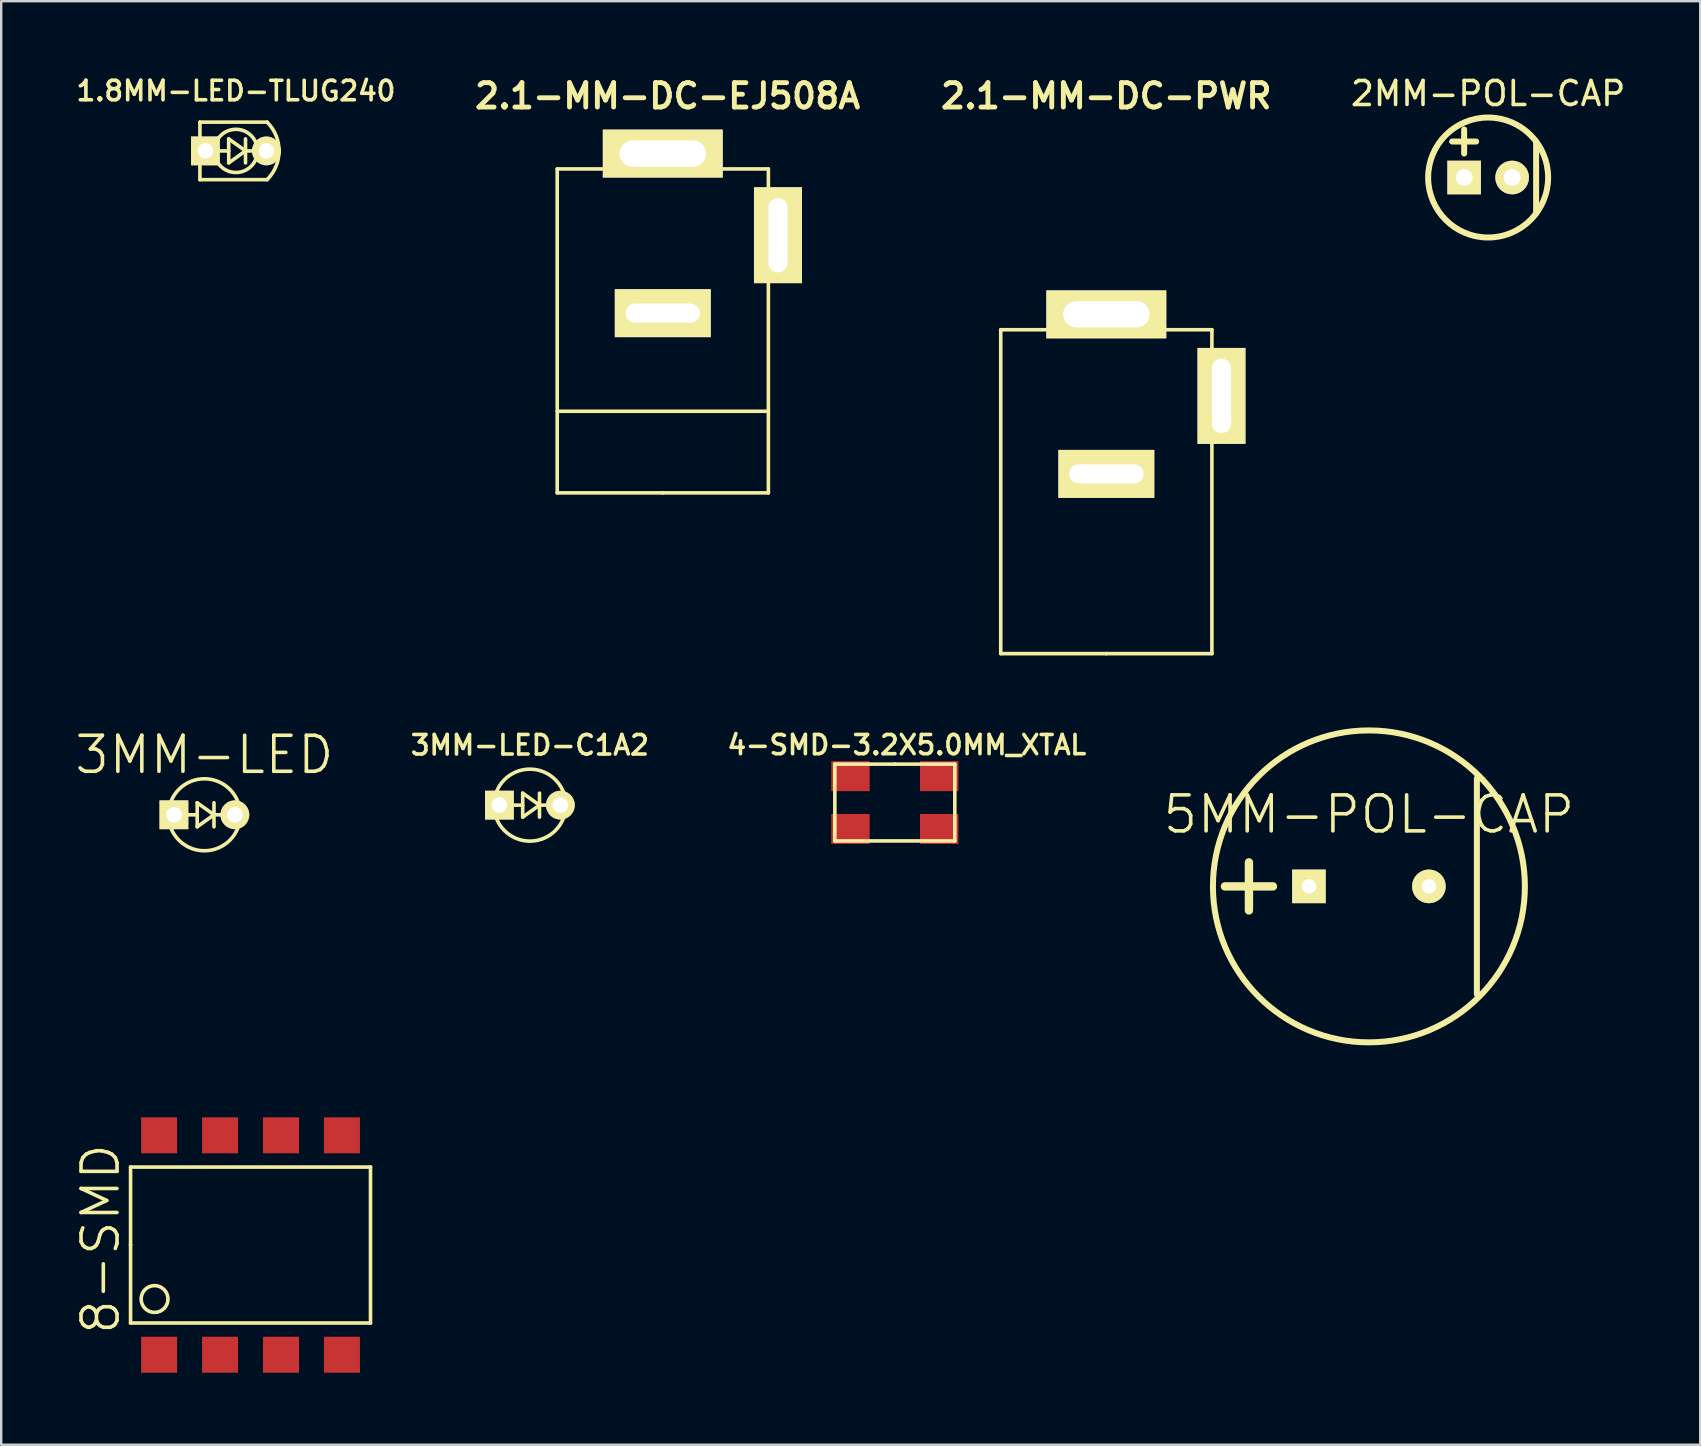
<source format=kicad_pcb>
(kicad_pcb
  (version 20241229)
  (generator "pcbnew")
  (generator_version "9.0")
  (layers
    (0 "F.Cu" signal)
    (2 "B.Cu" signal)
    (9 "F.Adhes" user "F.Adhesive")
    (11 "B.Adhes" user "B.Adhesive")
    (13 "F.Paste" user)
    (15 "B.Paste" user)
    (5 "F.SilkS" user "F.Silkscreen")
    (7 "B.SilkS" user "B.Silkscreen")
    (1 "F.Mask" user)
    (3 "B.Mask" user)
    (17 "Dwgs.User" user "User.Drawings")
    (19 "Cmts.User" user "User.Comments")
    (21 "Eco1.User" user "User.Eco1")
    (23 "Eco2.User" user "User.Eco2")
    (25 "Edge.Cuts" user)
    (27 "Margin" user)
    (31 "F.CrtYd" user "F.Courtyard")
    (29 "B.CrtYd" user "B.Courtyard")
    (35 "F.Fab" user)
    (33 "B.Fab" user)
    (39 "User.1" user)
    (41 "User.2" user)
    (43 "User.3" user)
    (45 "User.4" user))
  (footprint "4-SMD-3.2X5.0MM_XTAL"
    (layer "F.Cu")
    (at 34.243 30.397)
    (property "Reference" "4-SMD-3.2X5.0MM_XTAL" (at 0.5 -2.4 0) (layer "F.SilkS") (effects (font (size 0.8 0.8) (thickness 0.15))))
    (attr through_hole)
    (fp_line (start -2.5 -1.6) (end -2.5 1.6) (stroke (width 0.15) (type solid)) (layer "F.SilkS"))
    (fp_line (start -2.5 1.6) (end 2.5 1.6) (stroke (width 0.15) (type solid)) (layer "F.SilkS"))
    (fp_line (start 0 -1.6) (end -2.5 -1.6) (stroke (width 0.15) (type solid)) (layer "F.SilkS"))
    (fp_line (start 2.5 -1.6) (end 0 -1.6) (stroke (width 0.15) (type solid)) (layer "F.SilkS"))
    (fp_line (start 2.5 1.6) (end 2.5 -1.6) (stroke (width 0.15) (type solid)) (layer "F.SilkS"))
    (pad "1" smd rect (at -1.85 1.1) (size 1.6 1.25) (layers "F.Cu" "F.Mask" "F.Paste"))
    (pad "2" smd rect (at 1.85 1.1) (size 1.6 1.25) (layers "F.Cu" "F.Mask" "F.Paste"))
    (pad "3" smd rect (at 1.85 -1.1) (size 1.6 1.25) (layers "F.Cu" "F.Mask" "F.Paste"))
    (pad "4" smd rect (at -1.85 -1.1) (size 1.6 1.25) (layers "F.Cu" "F.Mask" "F.Paste")))
  (footprint "3MM-LED"
    (layer "F.Cu")
    (at 5.468 30.907)
    (property "Reference" "3MM-LED" (at 0 -2.5 0) (layer "F.SilkS") (effects (font (size 1.5 1.5) (thickness 0.15))))
    (attr through_hole)
    (fp_line (start -1.2 0) (end -1.5 0) (stroke (width 0.15) (type solid)) (layer "F.SilkS"))
    (fp_line (start -1.2 0) (end -0.3 0) (stroke (width 0.15) (type solid)) (layer "F.SilkS"))
    (fp_line (start -0.3 -0.5) (end -0.3 0.5) (stroke (width 0.15) (type solid)) (layer "F.SilkS"))
    (fp_line (start -0.3 0.5) (end 0.4 0) (stroke (width 0.15) (type solid)) (layer "F.SilkS"))
    (fp_line (start 0.4 -0.5) (end 0.4 0.5) (stroke (width 0.15) (type solid)) (layer "F.SilkS"))
    (fp_line (start 0.4 0) (end -0.3 -0.5) (stroke (width 0.15) (type solid)) (layer "F.SilkS"))
    (fp_line (start 0.4 0) (end 1.3 0) (stroke (width 0.15) (type solid)) (layer "F.SilkS"))
    (fp_line (start 1.3 0) (end 1.5 0) (stroke (width 0.15) (type solid)) (layer "F.SilkS"))
    (fp_circle (center 0 0) (end 0 -1.5) (stroke (width 0.15) (type solid)) (fill no) (layer "F.SilkS"))
    (pad "1" thru_hole rect (at -1.27 0) (size 1.2 1.2) (drill 0.65) (layers "*.Cu" "*.Mask" "F.SilkS"))
    (pad "2" thru_hole circle (at 1.27 0) (size 1.2 1.2) (drill 0.65) (layers "*.Cu" "*.Mask" "F.SilkS")))
  (footprint "8-SMD"
    (layer "F.Cu")
    (at 7.391 48.838)
    (property "Reference" "8-SMD" (at -6.25 -0.25 90) (layer "F.SilkS") (effects (font (size 1.5 1.5) (thickness 0.15))))
    (attr through_hole)
    (fp_line (start -5 -3.25) (end 5 -3.25) (stroke (width 0.15) (type solid)) (layer "F.SilkS"))
    (fp_line (start -5 0) (end -5 -3.25) (stroke (width 0.15) (type solid)) (layer "F.SilkS"))
    (fp_line (start -5 3.25) (end -5 0) (stroke (width 0.15) (type solid)) (layer "F.SilkS"))
    (fp_line (start 5 -3.25) (end 5 3.25) (stroke (width 0.15) (type solid)) (layer "F.SilkS"))
    (fp_line (start 5 3.25) (end -5 3.25) (stroke (width 0.15) (type solid)) (layer "F.SilkS"))
    (fp_circle (center -4 2.25) (end -3.5 2.5) (stroke (width 0.15) (type solid)) (fill no) (layer "F.SilkS"))
    (pad "1" smd rect (at -3.81 4.572) (size 1.5 1.5) (layers "F.Cu" "F.Mask" "F.Paste"))
    (pad "2" smd rect (at -1.27 4.572) (size 1.5 1.5) (layers "F.Cu" "F.Mask" "F.Paste"))
    (pad "3" smd rect (at 1.27 4.572) (size 1.5 1.5) (layers "F.Cu" "F.Mask" "F.Paste"))
    (pad "4" smd rect (at 3.81 4.572) (size 1.5 1.5) (layers "F.Cu" "F.Mask" "F.Paste"))
    (pad "5" smd rect (at 3.81 -4.572) (size 1.5 1.5) (layers "F.Cu" "F.Mask" "F.Paste"))
    (pad "6" smd rect (at 1.27 -4.572) (size 1.5 1.5) (layers "F.Cu" "F.Mask" "F.Paste"))
    (pad "7" smd rect (at -1.27 -4.572) (size 1.5 1.5) (layers "F.Cu" "F.Mask" "F.Paste"))
    (pad "8" smd rect (at -3.81 -4.572) (size 1.5 1.5) (layers "F.Cu" "F.Mask" "F.Paste")))
  (footprint "3MM-LED-C1A2"
    (layer "F.Cu")
    (at 19.034 30.505)
    (property "Reference" "3MM-LED-C1A2" (at 0 -2.5 0) (layer "F.SilkS") (effects (font (size 0.813 0.813) (thickness 0.15))))
    (attr through_hole)
    (fp_line (start -1.2 0) (end -1.5 0) (stroke (width 0.15) (type solid)) (layer "F.SilkS"))
    (fp_line (start -1.2 0) (end -0.3 0) (stroke (width 0.15) (type solid)) (layer "F.SilkS"))
    (fp_line (start -0.3 -0.5) (end -0.3 0.5) (stroke (width 0.15) (type solid)) (layer "F.SilkS"))
    (fp_line (start -0.3 0.5) (end 0.4 0) (stroke (width 0.15) (type solid)) (layer "F.SilkS"))
    (fp_line (start 0.4 -0.5) (end 0.4 0.5) (stroke (width 0.15) (type solid)) (layer "F.SilkS"))
    (fp_line (start 0.4 0) (end -0.3 -0.5) (stroke (width 0.15) (type solid)) (layer "F.SilkS"))
    (fp_line (start 0.4 0) (end 1.3 0) (stroke (width 0.15) (type solid)) (layer "F.SilkS"))
    (fp_line (start 1.3 0) (end 1.5 0) (stroke (width 0.15) (type solid)) (layer "F.SilkS"))
    (fp_circle (center 0 0) (end 0 -1.5) (stroke (width 0.15) (type solid)) (fill no) (layer "F.SilkS"))
    (pad "1" thru_hole circle (at 1.27 0) (size 1.2 1.2) (drill 0.65) (layers "*.Cu" "*.Mask" "F.SilkS"))
    (pad "2" thru_hole rect (at -1.27 0) (size 1.2 1.2) (drill 0.65) (layers "*.Cu" "*.Mask" "F.SilkS")))
  (footprint "5MM-POL-CAP"
    (layer "F.Cu")
    (at 54.001 33.891)
    (property "Reference" "5MM-POL-CAP" (at 0 -3 0) (layer "F.SilkS") (effects (font (size 1.5 1.5) (thickness 0.15))))
    (attr through_hole)
    (fp_line (start -5 -1) (end -5 1) (stroke (width 0.35) (type solid)) (layer "F.SilkS"))
    (fp_line (start -4 0) (end -6 0) (stroke (width 0.35) (type solid)) (layer "F.SilkS"))
    (fp_line (start 4.5 -4.5) (end 4.5 4.5) (stroke (width 0.25) (type solid)) (layer "F.SilkS"))
    (fp_circle (center 0 0) (end 6.5 0) (stroke (width 0.25) (type solid)) (fill no) (layer "F.SilkS"))
    (pad "1" thru_hole rect (at -2.5 0) (size 1.4 1.4) (drill 0.6) (layers "*.Cu" "*.Mask" "F.SilkS"))
    (pad "2" thru_hole circle (at 2.5 0) (size 1.4 1.4) (drill 0.6) (layers "*.Cu" "*.Mask" "F.SilkS")))
  (footprint "2.1-MM-DC-PWR"
    (layer "F.Cu")
    (at 43.057 13.451)
    (property "Reference" "2.1-MM-DC-PWR" (at 0 -12.5 0) (layer "F.SilkS") (effects (font (size 1.016 1.016) (thickness 0.203))))
    (attr through_hole)
    (fp_line (start -4.4 -2.76) (end -4.4 10.74) (stroke (width 0.15) (type solid)) (layer "F.SilkS"))
    (fp_line (start 0 10.74) (end -4.4 10.74) (stroke (width 0.15) (type solid)) (layer "F.SilkS"))
    (fp_line (start 0 10.74) (end 4.4 10.74) (stroke (width 0.15) (type solid)) (layer "F.SilkS"))
    (fp_line (start 4.4 -2.76) (end -4.4 -2.76) (stroke (width 0.15) (type solid)) (layer "F.SilkS"))
    (fp_line (start 4.4 10.74) (end 4.4 -2.76) (stroke (width 0.15) (type solid)) (layer "F.SilkS"))
    (pad "1" thru_hole rect (at 0 -3.4) (size 5 2) (drill oval 3.6 1.1) (layers "*.Cu" "*.Mask" "F.SilkS"))
    (pad "2" thru_hole rect (at 0 3.25) (size 4 2) (drill oval 3.1 0.8) (layers "*.Cu" "*.Mask" "F.SilkS"))
    (pad "3" thru_hole rect (at 4.8 0) (size 2 4) (drill oval 0.8 3.1) (layers "*.Cu" "*.Mask" "F.SilkS")))
  (footprint "2.1-MM-DC-EJ508A"
    (layer "F.Cu")
    (at 24.573 6.751)
    (property "Reference" "2.1-MM-DC-EJ508A" (at 0.2 -5.8 0) (layer "F.SilkS") (effects (font (size 1.016 1.016) (thickness 0.203))))
    (attr through_hole)
    (fp_line (start -4.4 -2.76) (end -4.4 10.74) (stroke (width 0.15) (type solid)) (layer "F.SilkS"))
    (fp_line (start -4.4 7.34) (end 4.4 7.34) (stroke (width 0.15) (type solid)) (layer "F.SilkS"))
    (fp_line (start 0 10.74) (end -4.4 10.74) (stroke (width 0.15) (type solid)) (layer "F.SilkS"))
    (fp_line (start 0 10.74) (end 4.4 10.74) (stroke (width 0.15) (type solid)) (layer "F.SilkS"))
    (fp_line (start 4.4 -2.76) (end -4.4 -2.76) (stroke (width 0.15) (type solid)) (layer "F.SilkS"))
    (fp_line (start 4.4 10.74) (end 4.4 -2.76) (stroke (width 0.15) (type solid)) (layer "F.SilkS"))
    (pad "1" thru_hole rect (at 0 -3.4) (size 5 2) (drill oval 3.6 1.1) (layers "*.Cu" "*.Mask" "F.SilkS"))
    (pad "2" thru_hole rect (at 0 3.25) (size 4 2) (drill oval 3.1 0.8) (layers "*.Cu" "*.Mask" "F.SilkS"))
    (pad "3" thru_hole rect (at 4.8 0) (size 2 4) (drill oval 0.8 3.1) (layers "*.Cu" "*.Mask" "F.SilkS")))
  (footprint "2MM-POL-CAP"
    (layer "F.Cu")
    (at 58.97 4.348)
    (property "Reference" "2MM-POL-CAP" (at 0 -3.5 0) (layer "F.SilkS") (effects (font (size 1 1) (thickness 0.15))))
    (attr through_hole)
    (fp_line (start -1 -2) (end -1 -1) (stroke (width 0.25) (type solid)) (layer "F.SilkS"))
    (fp_line (start -0.5 -1.5) (end -1.5 -1.5) (stroke (width 0.25) (type solid)) (layer "F.SilkS"))
    (fp_line (start 2 -1.5) (end 2 1.5) (stroke (width 0.25) (type solid)) (layer "F.SilkS"))
    (fp_circle (center 0 0) (end 2.5 0) (stroke (width 0.25) (type solid)) (fill no) (layer "F.SilkS"))
    (pad "1" thru_hole rect (at -1 0) (size 1.4 1.4) (drill 0.7) (layers "*.Cu" "*.Mask" "F.SilkS"))
    (pad "2" thru_hole circle (at 1 0) (size 1.4 1.4) (drill 0.7) (layers "*.Cu" "*.Mask" "F.SilkS")))
  (footprint "1.8MM-LED-TLUG240"
    (layer "F.Cu")
    (at 6.782 3.239)
    (property "Reference" "1.8MM-LED-TLUG240" (at 0 -2.5 0) (layer "F.SilkS") (effects (font (size 0.813 0.813) (thickness 0.15))))
    (attr through_hole)
    (fp_line (start -1.5 -1.2) (end -1.5 1.2) (stroke (width 0.15) (type solid)) (layer "F.SilkS"))
    (fp_line (start -1.5 -1.2) (end 1.3 -1.2) (stroke (width 0.15) (type solid)) (layer "F.SilkS"))
    (fp_line (start -1.5 1.2) (end 1.3 1.2) (stroke (width 0.15) (type solid)) (layer "F.SilkS"))
    (fp_line (start -1.2 0) (end -1.5 0) (stroke (width 0.15) (type solid)) (layer "F.SilkS"))
    (fp_line (start -1.2 0) (end -0.3 0) (stroke (width 0.15) (type solid)) (layer "F.SilkS"))
    (fp_line (start -0.3 -0.5) (end -0.3 0.5) (stroke (width 0.15) (type solid)) (layer "F.SilkS"))
    (fp_line (start -0.3 0.5) (end 0.4 0) (stroke (width 0.15) (type solid)) (layer "F.SilkS"))
    (fp_line (start 0.4 -0.5) (end 0.4 0.5) (stroke (width 0.15) (type solid)) (layer "F.SilkS"))
    (fp_line (start 0.4 0) (end -0.3 -0.5) (stroke (width 0.15) (type solid)) (layer "F.SilkS"))
    (fp_line (start 0.4 0) (end 1.3 0) (stroke (width 0.15) (type solid)) (layer "F.SilkS"))
    (fp_line (start 1.3 0) (end 1.5 0) (stroke (width 0.15) (type solid)) (layer "F.SilkS"))
    (fp_arc (start 1.3 -1.2) (mid 1.797056 0) (end 1.3 1.2) (stroke (width 0.15) (type solid)) (layer "F.SilkS"))
    (fp_circle (center 0 0) (end 0.9 0) (stroke (width 0.15) (type solid)) (fill no) (layer "F.SilkS"))
    (pad "1" thru_hole circle (at 1.27 0) (size 1.2 1.2) (drill 0.65) (layers "*.Cu" "*.Mask" "F.SilkS"))
    (pad "2" thru_hole rect (at -1.27 0) (size 1.2 1.2) (drill 0.65) (layers "*.Cu" "*.Mask" "F.SilkS")))
  (gr_rect
    (start -3 -3)
    (end 67.809 57.16)
    (stroke (width 0.1) (type default))
    (fill no)
    (layer "Edge.Cuts")))
</source>
